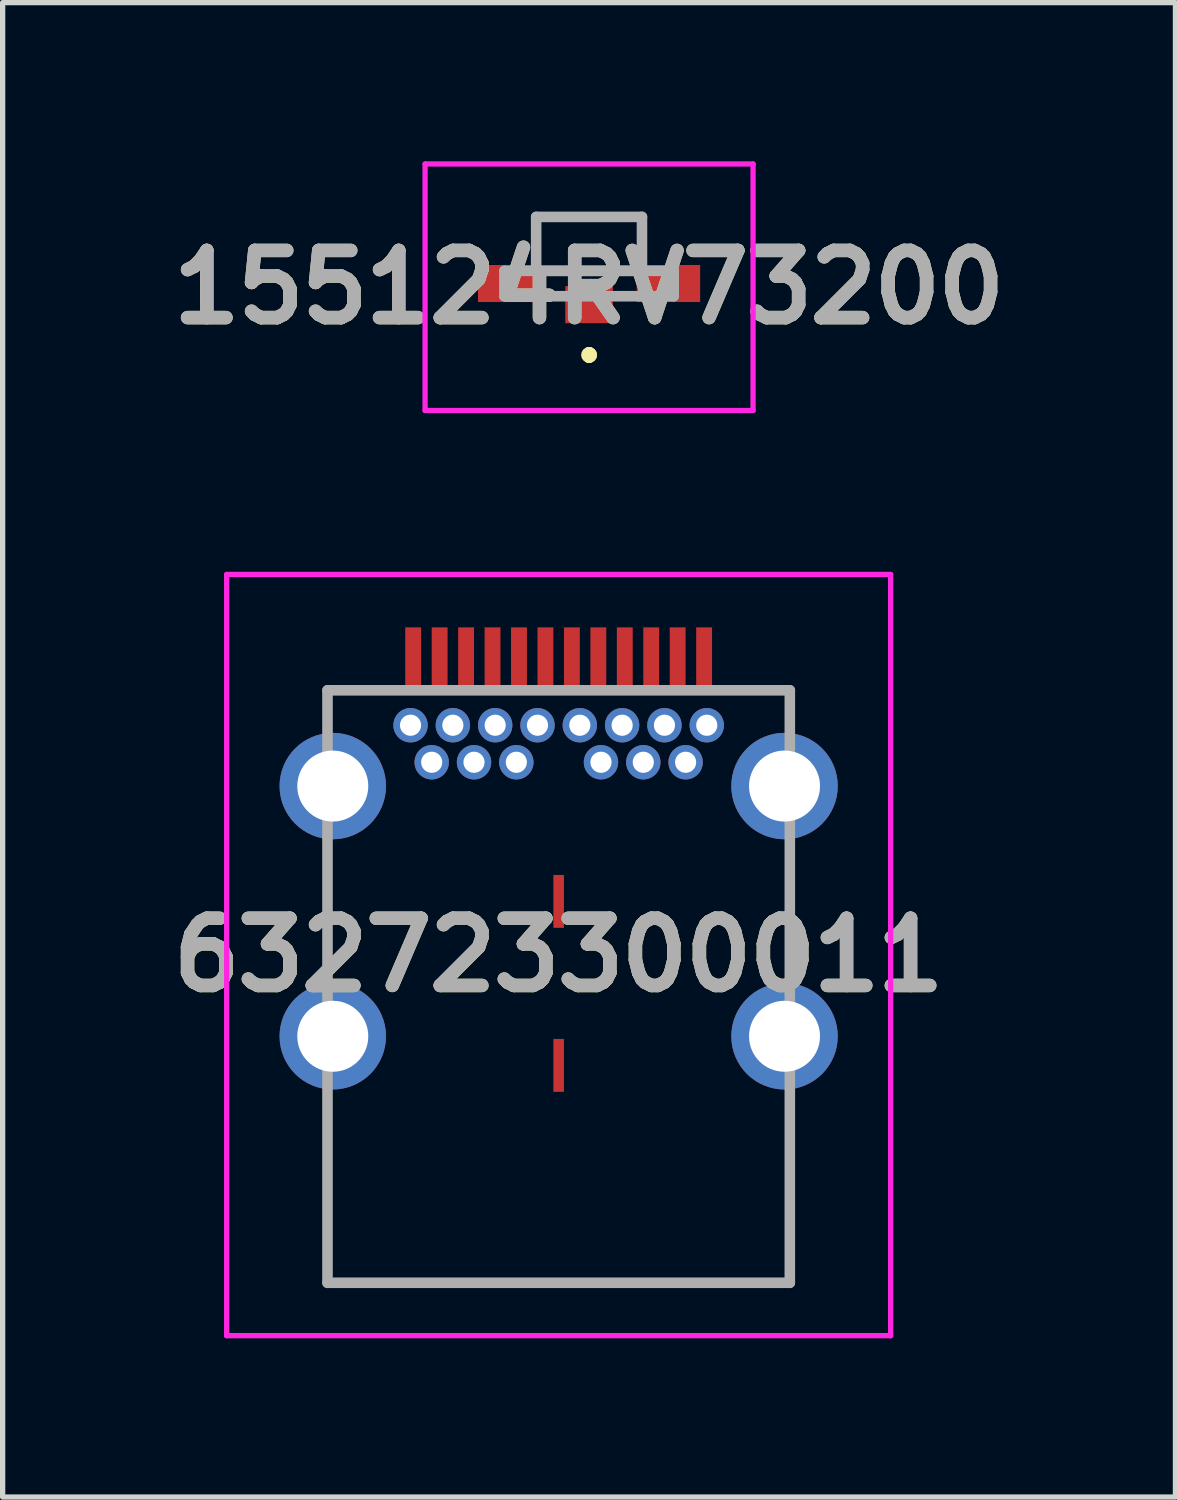
<source format=kicad_pcb>
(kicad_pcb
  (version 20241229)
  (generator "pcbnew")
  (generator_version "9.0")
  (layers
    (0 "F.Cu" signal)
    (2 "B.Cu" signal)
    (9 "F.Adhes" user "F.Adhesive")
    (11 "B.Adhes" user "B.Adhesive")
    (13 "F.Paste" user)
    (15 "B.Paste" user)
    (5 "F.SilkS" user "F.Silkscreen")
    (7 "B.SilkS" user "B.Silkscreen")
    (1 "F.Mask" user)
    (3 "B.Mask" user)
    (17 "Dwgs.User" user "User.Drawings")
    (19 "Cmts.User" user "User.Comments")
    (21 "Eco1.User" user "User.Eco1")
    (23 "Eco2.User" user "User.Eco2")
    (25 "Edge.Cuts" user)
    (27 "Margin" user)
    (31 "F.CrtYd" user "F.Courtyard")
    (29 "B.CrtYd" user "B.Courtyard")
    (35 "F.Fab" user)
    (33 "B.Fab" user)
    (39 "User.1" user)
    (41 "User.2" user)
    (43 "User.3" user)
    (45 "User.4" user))
  (footprint "632723300011"
    (layer "F.Cu")
    (at 7.511 15.305)
    (property "Reference" "632723300011" (at 0 -0.3 0) (layer "F.SilkS") (effects (font (size 1.27 1.27) (thickness 0.254))))
    (attr through_hole)
    (fp_line (start -4.37 -5.305) (end -3.5 -5.305) (stroke (width 0.1) (type solid)) (layer "F.SilkS"))
    (fp_line (start -4.37 -4.805) (end -4.37 -5.305) (stroke (width 0.1) (type solid)) (layer "F.SilkS"))
    (fp_line (start -4.37 -0.305) (end -4.37 -1.805) (stroke (width 0.1) (type solid)) (layer "F.SilkS"))
    (fp_line (start -4.37 2.695) (end -4.37 5.895) (stroke (width 0.1) (type solid)) (layer "F.SilkS"))
    (fp_line (start -4.37 5.895) (end 4.37 5.895) (stroke (width 0.1) (type solid)) (layer "F.SilkS"))
    (fp_line (start 4.37 -5.305) (end 3.5 -5.305) (stroke (width 0.1) (type solid)) (layer "F.SilkS"))
    (fp_line (start 4.37 -4.805) (end 4.37 -5.305) (stroke (width 0.1) (type solid)) (layer "F.SilkS"))
    (fp_line (start 4.37 -0.305) (end 4.37 -1.805) (stroke (width 0.1) (type solid)) (layer "F.SilkS"))
    (fp_line (start 4.37 5.895) (end 4.37 2.695) (stroke (width 0.1) (type solid)) (layer "F.SilkS"))
    (fp_line (start -6.276 -7.495) (end 6.276 -7.495) (stroke (width 0.1) (type solid)) (layer "F.CrtYd"))
    (fp_line (start -6.276 6.895) (end -6.276 -7.495) (stroke (width 0.1) (type solid)) (layer "F.CrtYd"))
    (fp_line (start 6.276 -7.495) (end 6.276 6.895) (stroke (width 0.1) (type solid)) (layer "F.CrtYd"))
    (fp_line (start 6.276 6.895) (end -6.276 6.895) (stroke (width 0.1) (type solid)) (layer "F.CrtYd"))
    (fp_line (start -4.37 -5.305) (end 4.37 -5.305) (stroke (width 0.2) (type solid)) (layer "F.Fab"))
    (fp_line (start -4.37 5.895) (end -4.37 -5.305) (stroke (width 0.2) (type solid)) (layer "F.Fab"))
    (fp_line (start 4.37 -5.305) (end 4.37 5.895) (stroke (width 0.2) (type solid)) (layer "F.Fab"))
    (fp_line (start 4.37 5.895) (end -4.37 5.895) (stroke (width 0.2) (type solid)) (layer "F.Fab"))
    (fp_text user "${REFERENCE}" (at 0 -0.3 0) (layer "F.Fab") (effects (font (size 1.27 1.27) (thickness 0.254))))
    (pad "1" thru_hole circle (at 2 -4.645) (size 0.65 0.65) (drill 0.4) (layers "*.Cu" "*.Mask"))
    (pad "2" thru_hole circle (at -2 -4.645) (size 0.65 0.65) (drill 0.4) (layers "*.Cu" "*.Mask"))
    (pad "3" thru_hole circle (at 4.27 -3.495) (size 2.012 2.012) (drill 1.342) (layers "*.Cu" "*.Mask"))
    (pad "4" thru_hole circle (at -4.27 -3.495) (size 2.012 2.012) (drill 1.342) (layers "*.Cu" "*.Mask"))
    (pad "5" thru_hole circle (at 4.27 1.235) (size 2.012 2.012) (drill 1.342) (layers "*.Cu" "*.Mask"))
    (pad "6" thru_hole circle (at -4.27 1.235) (size 2.012 2.012) (drill 1.342) (layers "*.Cu" "*.Mask"))
    (pad "7" smd rect (at 0 -1.315) (size 0.2 1) (layers "F.Cu" "F.Mask" "F.Paste"))
    (pad "8" smd rect (at 0 1.785) (size 0.2 1) (layers "F.Cu" "F.Mask" "F.Paste"))
    (pad "A1" smd rect (at -2.75 -5.895) (size 0.3 1.2) (layers "F.Cu" "F.Mask" "F.Paste"))
    (pad "A2" smd rect (at -2.25 -5.895) (size 0.3 1.2) (layers "F.Cu" "F.Mask" "F.Paste"))
    (pad "A3" smd rect (at -1.75 -5.895) (size 0.3 1.2) (layers "F.Cu" "F.Mask" "F.Paste"))
    (pad "A4" smd rect (at -1.25 -5.895) (size 0.3 1.2) (layers "F.Cu" "F.Mask" "F.Paste"))
    (pad "A5" smd rect (at -0.75 -5.895) (size 0.3 1.2) (layers "F.Cu" "F.Mask" "F.Paste"))
    (pad "A6" smd rect (at -0.25 -5.895) (size 0.3 1.2) (layers "F.Cu" "F.Mask" "F.Paste"))
    (pad "A7" smd rect (at 0.25 -5.895) (size 0.3 1.2) (layers "F.Cu" "F.Mask" "F.Paste"))
    (pad "A8" smd rect (at 0.75 -5.895) (size 0.3 1.2) (layers "F.Cu" "F.Mask" "F.Paste"))
    (pad "A9" smd rect (at 1.25 -5.895) (size 0.3 1.2) (layers "F.Cu" "F.Mask" "F.Paste"))
    (pad "A10" smd rect (at 1.75 -5.895) (size 0.3 1.2) (layers "F.Cu" "F.Mask" "F.Paste"))
    (pad "A11" smd rect (at 2.25 -5.895) (size 0.3 1.2) (layers "F.Cu" "F.Mask" "F.Paste"))
    (pad "A12" smd rect (at 2.75 -5.895) (size 0.3 1.2) (layers "F.Cu" "F.Mask" "F.Paste"))
    (pad "B1" thru_hole circle (at 2.8 -4.645) (size 0.65 0.65) (drill 0.4) (layers "*.Cu" "*.Mask"))
    (pad "B2" thru_hole circle (at 2.4 -3.945) (size 0.65 0.65) (drill 0.4) (layers "*.Cu" "*.Mask"))
    (pad "B3" thru_hole circle (at 1.6 -3.945) (size 0.65 0.65) (drill 0.4) (layers "*.Cu" "*.Mask"))
    (pad "B4" thru_hole circle (at 1.2 -4.645) (size 0.65 0.65) (drill 0.4) (layers "*.Cu" "*.Mask"))
    (pad "B5" thru_hole circle (at 0.8 -3.945) (size 0.65 0.65) (drill 0.4) (layers "*.Cu" "*.Mask"))
    (pad "B6" thru_hole circle (at 0.4 -4.645) (size 0.65 0.65) (drill 0.4) (layers "*.Cu" "*.Mask"))
    (pad "B7" thru_hole circle (at -0.4 -4.645) (size 0.65 0.65) (drill 0.4) (layers "*.Cu" "*.Mask"))
    (pad "B8" thru_hole circle (at -0.8 -3.945) (size 0.65 0.65) (drill 0.4) (layers "*.Cu" "*.Mask"))
    (pad "B9" thru_hole circle (at -1.2 -4.645) (size 0.65 0.65) (drill 0.4) (layers "*.Cu" "*.Mask"))
    (pad "B10" thru_hole circle (at -1.6 -3.945) (size 0.65 0.65) (drill 0.4) (layers "*.Cu" "*.Mask"))
    (pad "B11" thru_hole circle (at -2.4 -3.945) (size 0.65 0.65) (drill 0.4) (layers "*.Cu" "*.Mask"))
    (pad "B12" thru_hole circle (at -2.8 -4.645) (size 0.65 0.65) (drill 0.4) (layers "*.Cu" "*.Mask")))
  (footprint "155124RV73200"
    (layer "F.Cu")
    (at 8.086 2.71)
    (property "Reference" "155124RV73200" (at 0 -0.33 0) (layer "F.SilkS") (effects (font (size 1.27 1.27) (thickness 0.254))))
    (attr smd)
    (fp_line (start -1 -1.66) (end -1 -1.66) (stroke (width 0.1) (type solid)) (layer "F.SilkS"))
    (fp_line (start -1 -1.66) (end -1 -1.66) (stroke (width 0.1) (type solid)) (layer "F.SilkS"))
    (fp_line (start -1 -1.66) (end -1 -1.5) (stroke (width 0.1) (type solid)) (layer "F.SilkS"))
    (fp_line (start -1 -1.66) (end 1 -1.66) (stroke (width 0.1) (type solid)) (layer "F.SilkS"))
    (fp_line (start -1 -1.5) (end -1 -1.66) (stroke (width 0.1) (type solid)) (layer "F.SilkS"))
    (fp_line (start -1 -1.5) (end -1 -1.5) (stroke (width 0.1) (type solid)) (layer "F.SilkS"))
    (fp_line (start -0.25 -0.64) (end -0.25 -0.64) (stroke (width 0.1) (type solid)) (layer "F.SilkS"))
    (fp_line (start -0.25 -0.64) (end 0.25 -0.64) (stroke (width 0.1) (type solid)) (layer "F.SilkS"))
    (fp_line (start 0 0.9) (end 0 0.9) (stroke (width 0.2) (type solid)) (layer "F.SilkS"))
    (fp_line (start 0 1) (end 0 1) (stroke (width 0.2) (type solid)) (layer "F.SilkS"))
    (fp_line (start 0 1) (end 0 1) (stroke (width 0.2) (type solid)) (layer "F.SilkS"))
    (fp_line (start 0.25 -0.64) (end -0.25 -0.64) (stroke (width 0.1) (type solid)) (layer "F.SilkS"))
    (fp_line (start 0.25 -0.64) (end 0.25 -0.64) (stroke (width 0.1) (type solid)) (layer "F.SilkS"))
    (fp_line (start 1 -1.66) (end -1 -1.66) (stroke (width 0.1) (type solid)) (layer "F.SilkS"))
    (fp_line (start 1 -1.66) (end 1 -1.66) (stroke (width 0.1) (type solid)) (layer "F.SilkS"))
    (fp_line (start 1 -1.66) (end 1 -1.66) (stroke (width 0.1) (type solid)) (layer "F.SilkS"))
    (fp_line (start 1 -1.66) (end 1 -1.5) (stroke (width 0.1) (type solid)) (layer "F.SilkS"))
    (fp_line (start 1 -1.5) (end 1 -1.66) (stroke (width 0.1) (type solid)) (layer "F.SilkS"))
    (fp_line (start 1 -1.5) (end 1 -1.5) (stroke (width 0.1) (type solid)) (layer "F.SilkS"))
    (fp_arc (start 0 0.9) (mid 0.05 0.95) (end 0 1) (stroke (width 0.2) (type solid)) (layer "F.SilkS"))
    (fp_arc (start 0 0.9) (mid 0.05 0.95) (end 0 1) (stroke (width 0.2) (type solid)) (layer "F.SilkS"))
    (fp_arc (start 0 1) (mid -0.05 0.95) (end 0 0.9) (stroke (width 0.2) (type solid)) (layer "F.SilkS"))
    (fp_line (start -3.1 -2.66) (end 3.1 -2.66) (stroke (width 0.1) (type solid)) (layer "F.CrtYd"))
    (fp_line (start -3.1 2) (end -3.1 -2.66) (stroke (width 0.1) (type solid)) (layer "F.CrtYd"))
    (fp_line (start 3.1 -2.66) (end 3.1 2) (stroke (width 0.1) (type solid)) (layer "F.CrtYd"))
    (fp_line (start 3.1 2) (end -3.1 2) (stroke (width 0.1) (type solid)) (layer "F.CrtYd"))
    (fp_line (start -1.6 -0.64) (end -1.6 -0.16) (stroke (width 0.2) (type solid)) (layer "F.Fab"))
    (fp_line (start -1.6 -0.16) (end 1.6 -0.16) (stroke (width 0.2) (type solid)) (layer "F.Fab"))
    (fp_line (start -1 -1.66) (end 1 -1.66) (stroke (width 0.2) (type solid)) (layer "F.Fab"))
    (fp_line (start -1 -0.64) (end -1 -1.66) (stroke (width 0.2) (type solid)) (layer "F.Fab"))
    (fp_line (start 1 -1.66) (end 1 -0.64) (stroke (width 0.2) (type solid)) (layer "F.Fab"))
    (fp_line (start 1 -0.64) (end -1 -0.64) (stroke (width 0.2) (type solid)) (layer "F.Fab"))
    (fp_line (start 1.6 -0.64) (end -1.6 -0.64) (stroke (width 0.2) (type solid)) (layer "F.Fab"))
    (fp_line (start 1.6 -0.16) (end 1.6 -0.64) (stroke (width 0.2) (type solid)) (layer "F.Fab"))
    (fp_text user "${REFERENCE}" (at 0 -0.33 0) (layer "F.Fab") (effects (font (size 1.27 1.27) (thickness 0.254))))
    (pad "1" smd rect (at 0 0 90) (size 0.7 0.9) (layers "F.Cu" "F.Mask" "F.Paste"))
    (pad "2" smd rect (at 1.5 -0.4 90) (size 0.7 1.2) (layers "F.Cu" "F.Mask" "F.Paste"))
    (pad "3" smd rect (at -1.5 -0.4 90) (size 0.7 1.2) (layers "F.Cu" "F.Mask" "F.Paste")))
  (gr_rect
    (start -3 -3)
    (end 19.171 25.25)
    (stroke (width 0.1) (type default))
    (fill no)
    (layer "Edge.Cuts")))
</source>
